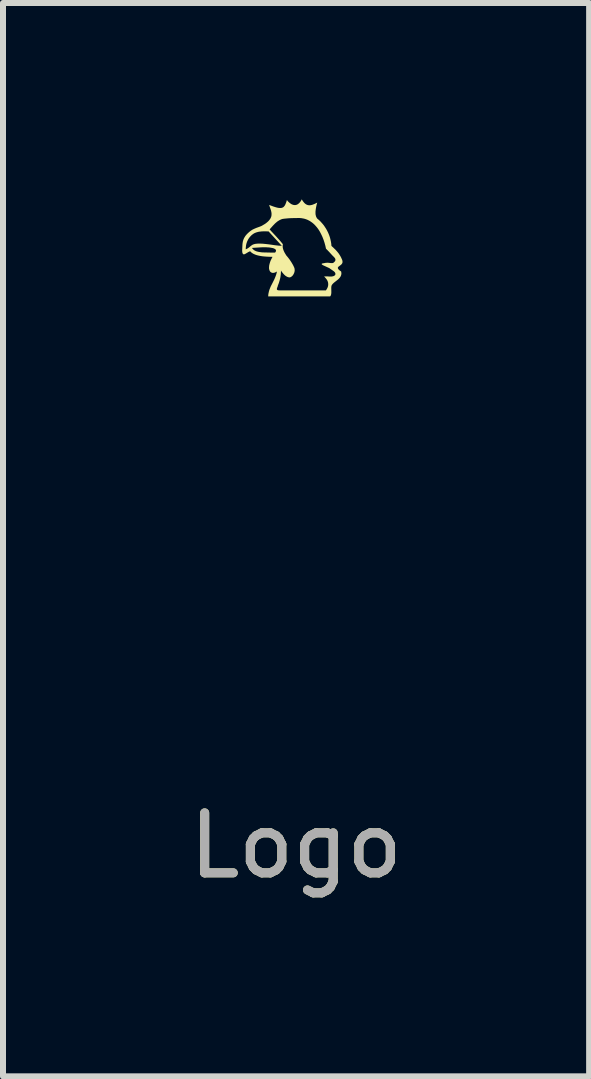
<source format=kicad_pcb>
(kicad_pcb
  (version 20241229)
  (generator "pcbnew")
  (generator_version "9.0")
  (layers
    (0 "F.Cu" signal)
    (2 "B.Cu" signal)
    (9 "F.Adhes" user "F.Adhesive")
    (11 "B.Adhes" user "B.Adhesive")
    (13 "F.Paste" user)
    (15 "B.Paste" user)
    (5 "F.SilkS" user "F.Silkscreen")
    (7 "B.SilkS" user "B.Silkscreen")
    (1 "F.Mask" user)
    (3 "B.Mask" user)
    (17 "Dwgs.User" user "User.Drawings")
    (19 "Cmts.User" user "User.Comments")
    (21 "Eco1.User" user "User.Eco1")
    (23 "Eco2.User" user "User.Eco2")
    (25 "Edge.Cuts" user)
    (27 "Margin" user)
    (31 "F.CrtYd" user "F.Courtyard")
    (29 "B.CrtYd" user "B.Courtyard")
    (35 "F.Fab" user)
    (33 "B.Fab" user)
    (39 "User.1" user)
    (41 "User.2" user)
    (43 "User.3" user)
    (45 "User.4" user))
  (footprint "Logo"
    (layer "F.Cu")
    (at 1.887 1.15)
    (property "Reference" "Logo" (at 0 9.9 0) (unlocked yes) (layer "F.SilkS") (effects (font (size 1 1) (thickness 0.15))))
    (attr smd)
    (fp_poly (pts (xy -0.513 -0.072) (xy -0.491 -0.071) (xy -0.468 -0.069) (xy -0.445 -0.066) (xy -0.422 -0.063) (xy -0.401 -0.058) (xy -0.382 -0.053) (xy -0.373 -0.05) (xy -0.366 -0.046) (xy -0.359 -0.043) (xy -0.353 -0.039) (xy -0.349 -0.034) (xy -0.346 -0.03) (xy -0.344 -0.025) (xy -0.343 -0.019) (xy -0.344 -0.014) (xy -0.347 -0.008) (xy -0.351 -0.001) (xy -0.358 0.006) (xy -0.428 0.006) (xy -0.463 0.005) (xy -0.502 0.004) (xy -0.543 0.003) (xy -0.564 0.002) (xy -0.585 -0.000022) (xy -0.606 -0.003) (xy -0.626 -0.007) (xy -0.645 -0.012) (xy -0.664 -0.018) (xy -0.673 -0.022) (xy -0.681 -0.026) (xy -0.69 -0.031) (xy -0.698 -0.036) (xy -0.706 -0.041) (xy -0.713 -0.048) (xy -0.72 -0.054) (xy -0.727 -0.061) (xy -0.574 -0.07) (xy -0.565 -0.071) (xy -0.55 -0.072) (xy -0.533 -0.072)) (stroke (width 0) (type solid)) (fill yes) (layer "F.Mask"))
    (fp_poly (pts (xy -0.499 -0.336) (xy -0.464 -0.335) (xy -0.253 -0.107) (xy -0.278 -0.109) (xy -0.304 -0.111) (xy -0.329 -0.114) (xy -0.354 -0.118) (xy -0.452 -0.135) (xy -0.501 -0.142) (xy -0.526 -0.145) (xy -0.551 -0.147) (xy -0.576 -0.148) (xy -0.601 -0.148) (xy -0.626 -0.146) (xy -0.652 -0.143) (xy -0.662 -0.142) (xy -0.672 -0.141) (xy -0.682 -0.139) (xy -0.69 -0.137) (xy -0.699 -0.135) (xy -0.707 -0.132) (xy -0.714 -0.13) (xy -0.721 -0.127) (xy -0.728 -0.124) (xy -0.734 -0.121) (xy -0.74 -0.118) (xy -0.745 -0.115) (xy -0.75 -0.112) (xy -0.755 -0.109) (xy -0.765 -0.102) (xy -0.773 -0.095) (xy -0.781 -0.088) (xy -0.797 -0.074) (xy -0.805 -0.068) (xy -0.809 -0.065) (xy -0.814 -0.062) (xy -0.818 -0.059) (xy -0.823 -0.056) (xy -0.828 -0.054) (xy -0.833 -0.051) (xy -0.833 -0.067) (xy -0.831 -0.083) (xy -0.829 -0.098) (xy -0.827 -0.113) (xy -0.823 -0.129) (xy -0.819 -0.143) (xy -0.813 -0.158) (xy -0.808 -0.172) (xy -0.801 -0.186) (xy -0.794 -0.2) (xy -0.786 -0.213) (xy -0.777 -0.226) (xy -0.768 -0.238) (xy -0.758 -0.249) (xy -0.747 -0.26) (xy -0.736 -0.271) (xy -0.729 -0.277) (xy -0.722 -0.283) (xy -0.715 -0.289) (xy -0.707 -0.294) (xy -0.699 -0.299) (xy -0.692 -0.304) (xy -0.676 -0.312) (xy -0.659 -0.318) (xy -0.642 -0.323) (xy -0.625 -0.328) (xy -0.607 -0.331) (xy -0.589 -0.333) (xy -0.571 -0.335) (xy -0.553 -0.335) (xy -0.535 -0.336)) (stroke (width 0) (type solid)) (fill yes) (layer "F.Mask"))
    (fp_poly (pts (xy 0.035 -1.149) (xy 0.092 -1.144) (xy 0.148 -1.137) (xy 0.204 -1.128) (xy 0.259 -1.115) (xy 0.313 -1.1) (xy 0.366 -1.083) (xy 0.418 -1.063) (xy 0.47 -1.04) (xy 0.52 -1.015) (xy 0.569 -0.987) (xy 0.616 -0.957) (xy 0.662 -0.924) (xy 0.707 -0.89) (xy 0.75 -0.853) (xy 0.791 -0.813) (xy 0.831 -0.772) (xy 0.868 -0.729) (xy 0.903 -0.684) (xy 0.935 -0.638) (xy 0.965 -0.591) (xy 0.993 -0.542) (xy 1.018 -0.491) (xy 1.041 -0.44) (xy 1.061 -0.388) (xy 1.079 -0.335) (xy 1.094 -0.28) (xy 1.106 -0.226) (xy 1.116 -0.17) (xy 1.123 -0.114) (xy 1.127 -0.057) (xy 1.128 -0.000259) (xy 1.127 0.057) (xy 1.123 0.113) (xy 1.116 0.17) (xy 1.106 0.225) (xy 1.094 0.28) (xy 1.079 0.334) (xy 1.061 0.388) (xy 1.041 0.44) (xy 1.018 0.491) (xy 0.993 0.541) (xy 0.965 0.59) (xy 0.935 0.638) (xy 0.903 0.684) (xy 0.868 0.729) (xy 0.831 0.772) (xy 0.792 0.813) (xy 0.75 0.853) (xy 0.707 0.89) (xy 0.662 0.924) (xy 0.616 0.957) (xy 0.569 0.987) (xy 0.52 1.015) (xy 0.47 1.04) (xy 0.418 1.063) (xy 0.366 1.083) (xy 0.313 1.1) (xy 0.259 1.115) (xy 0.204 1.128) (xy 0.148 1.137) (xy 0.092 1.144) (xy 0.035 1.149) (xy -0.022 1.15) (xy -0.079 1.149) (xy -0.135 1.144) (xy -0.191 1.137) (xy -0.247 1.128) (xy -0.302 1.115) (xy -0.356 1.1) (xy -0.409 1.083) (xy -0.462 1.063) (xy -0.513 1.04) (xy -0.563 1.015) (xy -0.612 0.987) (xy -0.66 0.957) (xy -0.706 0.924) (xy -0.751 0.89) (xy -0.794 0.853) (xy -0.835 0.813) (xy -0.874 0.772) (xy -0.911 0.729) (xy -0.946 0.684) (xy -0.979 0.638) (xy -1.009 0.591) (xy -1.036 0.542) (xy -1.061 0.491) (xy -1.084 0.44) (xy -1.104 0.388) (xy -1.122 0.334) (xy -1.137 0.28) (xy -1.149 0.225) (xy -1.159 0.17) (xy -1.166 0.114) (xy -1.17 0.057) (xy -1.172 -0.000258) (xy -1.172 -0.000259) (xy -1.072 -0.000259) (xy -1.07 0.054) (xy -1.066 0.107) (xy -1.059 0.16) (xy -1.05 0.211) (xy -1.038 0.262) (xy -1.024 0.312) (xy -1.008 0.361) (xy -0.989 0.408) (xy -0.968 0.455) (xy -0.945 0.5) (xy -0.92 0.544) (xy -0.892 0.587) (xy -0.863 0.628) (xy -0.832 0.668) (xy -0.799 0.706) (xy -0.764 0.742) (xy -0.728 0.777) (xy -0.69 0.81) (xy -0.65 0.841) (xy -0.609 0.87) (xy -0.566 0.898) (xy -0.522 0.923) (xy -0.477 0.946) (xy -0.431 0.967) (xy -0.383 0.986) (xy -0.334 1.002) (xy -0.284 1.017) (xy -0.234 1.028) (xy -0.182 1.038) (xy -0.129 1.044) (xy -0.076 1.048) (xy -0.022 1.05) (xy 0.03 1.049) (xy 0.082 1.045) (xy 0.133 1.038) (xy 0.184 1.029) (xy 0.234 1.018) (xy 0.283 1.004) (xy 0.332 0.988) (xy 0.38 0.97) (xy 0.427 0.949) (xy 0.472 0.926) (xy 0.517 0.901) (xy 0.561 0.873) (xy 0.603 0.844) (xy 0.643 0.812) (xy 0.683 0.778) (xy 0.721 0.742) (xy 0.756 0.705) (xy 0.79 0.665) (xy 0.822 0.625) (xy 0.852 0.582) (xy 0.879 0.539) (xy 0.904 0.494) (xy 0.927 0.448) (xy 0.948 0.402) (xy 0.967 0.354) (xy 0.983 0.305) (xy 0.996 0.256) (xy 1.008 0.206) (xy 1.017 0.155) (xy 1.023 0.104) (xy 1.027 0.052) (xy 1.028 -0.000259) (xy 1.027 -0.054) (xy 1.023 -0.108) (xy 1.016 -0.16) (xy 1.007 -0.212) (xy 0.995 -0.263) (xy 0.981 -0.312) (xy 0.964 -0.361) (xy 0.945 -0.409) (xy 0.924 -0.455) (xy 0.901 -0.501) (xy 0.876 -0.545) (xy 0.849 -0.587) (xy 0.819 -0.628) (xy 0.788 -0.668) (xy 0.755 -0.706) (xy 0.72 -0.742) (xy 0.684 -0.777) (xy 0.646 -0.81) (xy 0.606 -0.841) (xy 0.565 -0.871) (xy 0.522 -0.898) (xy 0.478 -0.923) (xy 0.433 -0.946) (xy 0.387 -0.967) (xy 0.339 -0.986) (xy 0.29 -1.003) (xy 0.24 -1.017) (xy 0.19 -1.028) (xy 0.138 -1.038) (xy 0.085 -1.044) (xy 0.032 -1.048) (xy -0.022 -1.05) (xy -0.027 -1.05) (xy -0.031 -1.05) (xy -0.031 -1.05) (xy -0.085 -1.048) (xy -0.138 -1.043) (xy -0.19 -1.036) (xy -0.241 -1.027) (xy -0.292 -1.015) (xy -0.341 -1) (xy -0.39 -0.984) (xy -0.437 -0.965) (xy -0.483 -0.943) (xy -0.528 -0.92) (xy -0.571 -0.895) (xy -0.613 -0.867) (xy -0.654 -0.838) (xy -0.694 -0.807) (xy -0.731 -0.774) (xy -0.767 -0.739) (xy -0.802 -0.703) (xy -0.834 -0.665) (xy -0.865 -0.625) (xy -0.894 -0.584) (xy -0.921 -0.542) (xy -0.946 -0.498) (xy -0.969 -0.453) (xy -0.99 -0.406) (xy -1.008 -0.359) (xy -1.025 -0.311) (xy -1.039 -0.261) (xy -1.05 -0.21) (xy -1.06 -0.159) (xy -1.066 -0.107) (xy -1.07 -0.054) (xy -1.072 -0.000259) (xy -1.172 -0.000259) (xy -1.17 -0.059) (xy -1.166 -0.118) (xy -1.159 -0.175) (xy -1.148 -0.232) (xy -1.136 -0.288) (xy -1.12 -0.342) (xy -1.102 -0.396) (xy -1.081 -0.448) (xy -1.058 -0.499) (xy -1.033 -0.548) (xy -1.005 -0.596) (xy -0.975 -0.643) (xy -0.943 -0.688) (xy -0.909 -0.732) (xy -0.873 -0.773) (xy -0.835 -0.813) (xy -0.795 -0.851) (xy -0.753 -0.887) (xy -0.71 -0.922) (xy -0.665 -0.954) (xy -0.618 -0.984) (xy -0.57 -1.011) (xy -0.52 -1.037) (xy -0.469 -1.06) (xy -0.417 -1.08) (xy -0.364 -1.098) (xy -0.309 -1.114) (xy -0.254 -1.127) (xy -0.197 -1.137) (xy -0.14 -1.144) (xy -0.081 -1.149) (xy -0.022 -1.15) (xy -0.022 -1.15)) (stroke (width 0) (type solid)) (fill yes) (layer "F.Mask"))
    (fp_poly (pts (xy 0.065 -0.551) (xy 0.087 -0.549) (xy 0.109 -0.546) (xy 0.13 -0.541) (xy 0.151 -0.535) (xy 0.17 -0.528) (xy 0.19 -0.52) (xy 0.208 -0.511) (xy 0.226 -0.501) (xy 0.244 -0.49) (xy 0.261 -0.478) (xy 0.277 -0.464) (xy 0.293 -0.45) (xy 0.308 -0.435) (xy 0.336 -0.403) (xy 0.363 -0.367) (xy 0.387 -0.328) (xy 0.409 -0.287) (xy 0.429 -0.243) (xy 0.446 -0.198) (xy 0.462 -0.15) (xy 0.475 -0.101) (xy 0.487 -0.051) (xy 0.577 0.046) (xy 0.579 0.049) (xy 0.582 0.052) (xy 0.587 0.058) (xy 0.593 0.063) (xy 0.599 0.069) (xy 0.611 0.081) (xy 0.617 0.087) (xy 0.623 0.093) (xy 0.626 0.096) (xy 0.628 0.099) (xy 0.631 0.102) (xy 0.633 0.105) (xy 0.635 0.109) (xy 0.636 0.112) (xy 0.638 0.116) (xy 0.639 0.119) (xy 0.64 0.123) (xy 0.641 0.127) (xy 0.641 0.131) (xy 0.641 0.135) (xy 0.64 0.139) (xy 0.639 0.143) (xy 0.638 0.147) (xy 0.636 0.152) (xy 0.633 0.156) (xy 0.629 0.159) (xy 0.626 0.162) (xy 0.622 0.164) (xy 0.619 0.167) (xy 0.615 0.169) (xy 0.612 0.17) (xy 0.608 0.172) (xy 0.605 0.173) (xy 0.601 0.173) (xy 0.598 0.174) (xy 0.594 0.175) (xy 0.587 0.175) (xy 0.58 0.175) (xy 0.573 0.174) (xy 0.565 0.173) (xy 0.549 0.171) (xy 0.54 0.171) (xy 0.531 0.17) (xy 0.521 0.171) (xy 0.516 0.171) (xy 0.51 0.172) (xy 0.467 0.177) (xy 0.455 0.179) (xy 0.445 0.18) (xy 0.436 0.182) (xy 0.429 0.185) (xy 0.423 0.187) (xy 0.419 0.189) (xy 0.415 0.192) (xy 0.413 0.195) (xy 0.412 0.198) (xy 0.412 0.201) (xy 0.412 0.204) (xy 0.414 0.207) (xy 0.416 0.21) (xy 0.42 0.213) (xy 0.428 0.22) (xy 0.438 0.227) (xy 0.45 0.234) (xy 0.478 0.248) (xy 0.505 0.261) (xy 0.528 0.273) (xy 0.532 0.275) (xy 0.536 0.278) (xy 0.544 0.284) (xy 0.554 0.289) (xy 0.564 0.295) (xy 0.585 0.306) (xy 0.595 0.312) (xy 0.605 0.318) (xy 0.615 0.324) (xy 0.619 0.328) (xy 0.623 0.331) (xy 0.626 0.335) (xy 0.63 0.338) (xy 0.633 0.342) (xy 0.635 0.345) (xy 0.637 0.349) (xy 0.639 0.353) (xy 0.64 0.357) (xy 0.64 0.361) (xy 0.64 0.365) (xy 0.64 0.37) (xy 0.638 0.374) (xy 0.636 0.379) (xy 0.633 0.383) (xy 0.628 0.386) (xy 0.624 0.389) (xy 0.619 0.391) (xy 0.614 0.394) (xy 0.609 0.395) (xy 0.603 0.397) (xy 0.598 0.398) (xy 0.586 0.4) (xy 0.573 0.401) (xy 0.56 0.401) (xy 0.547 0.4) (xy 0.52 0.398) (xy 0.494 0.396) (xy 0.482 0.395) (xy 0.47 0.394) (xy 0.46 0.394) (xy 0.45 0.395) (xy 0.441 0.394) (xy 0.439 0.394) (xy 0.438 0.394) (xy 0.438 0.396) (xy 0.439 0.398) (xy 0.445 0.403) (xy 0.463 0.421) (xy 0.475 0.433) (xy 0.487 0.447) (xy 0.493 0.455) (xy 0.498 0.463) (xy 0.504 0.472) (xy 0.508 0.481) (xy 0.513 0.491) (xy 0.516 0.501) (xy 0.519 0.512) (xy 0.52 0.523) (xy 0.521 0.535) (xy 0.52 0.547) (xy 0.519 0.56) (xy 0.515 0.573) (xy 0.511 0.586) (xy 0.505 0.6) (xy 0.497 0.614) (xy 0.487 0.629) (xy -0.272 0.629) (xy -0.278 0.63) (xy -0.284 0.631) (xy -0.288 0.631) (xy -0.292 0.631) (xy -0.296 0.631) (xy -0.299 0.63) (xy -0.301 0.629) (xy -0.303 0.628) (xy -0.305 0.626) (xy -0.306 0.624) (xy -0.307 0.622) (xy -0.307 0.62) (xy -0.307 0.617) (xy -0.307 0.614) (xy -0.307 0.611) (xy -0.306 0.608) (xy -0.304 0.602) (xy -0.301 0.595) (xy -0.295 0.58) (xy -0.292 0.572) (xy -0.29 0.565) (xy -0.288 0.557) (xy -0.287 0.554) (xy -0.286 0.55) (xy -0.253 0.454) (xy -0.25 0.442) (xy -0.247 0.429) (xy -0.245 0.416) (xy -0.243 0.401) (xy -0.243 0.386) (xy -0.243 0.37) (xy -0.244 0.353) (xy -0.246 0.334) (xy -0.239 0.345) (xy -0.233 0.355) (xy -0.227 0.364) (xy -0.221 0.372) (xy -0.215 0.38) (xy -0.21 0.387) (xy -0.205 0.394) (xy -0.2 0.399) (xy -0.195 0.405) (xy -0.19 0.41) (xy -0.185 0.414) (xy -0.181 0.418) (xy -0.177 0.421) (xy -0.172 0.424) (xy -0.168 0.427) (xy -0.164 0.429) (xy -0.16 0.431) (xy -0.156 0.432) (xy -0.152 0.433) (xy -0.149 0.434) (xy -0.145 0.435) (xy -0.141 0.436) (xy -0.138 0.436) (xy -0.134 0.436) (xy -0.104 0.436) (xy -0.1 0.436) (xy -0.096 0.435) (xy -0.091 0.434) (xy -0.087 0.433) (xy -0.077 0.428) (xy -0.067 0.422) (xy -0.058 0.414) (xy -0.048 0.405) (xy -0.039 0.395) (xy -0.031 0.383) (xy -0.027 0.376) (xy -0.023 0.369) (xy -0.02 0.362) (xy -0.017 0.355) (xy -0.015 0.347) (xy -0.013 0.34) (xy -0.011 0.332) (xy -0.01 0.323) (xy -0.009 0.315) (xy -0.009 0.306) (xy -0.009 0.297) (xy -0.01 0.288) (xy -0.012 0.279) (xy -0.014 0.269) (xy -0.017 0.26) (xy -0.02 0.25) (xy -0.027 0.237) (xy -0.034 0.224) (xy -0.041 0.211) (xy -0.049 0.197) (xy -0.065 0.171) (xy -0.082 0.145) (xy -0.1 0.12) (xy -0.118 0.096) (xy -0.137 0.073) (xy -0.155 0.051) (xy -0.163 0.04) (xy -0.17 0.028) (xy -0.176 0.017) (xy -0.182 0.006) (xy -0.188 -0.006) (xy -0.193 -0.017) (xy -0.197 -0.028) (xy -0.201 -0.04) (xy -0.204 -0.051) (xy -0.206 -0.063) (xy -0.208 -0.074) (xy -0.209 -0.086) (xy -0.209 -0.097) (xy -0.209 -0.109) (xy -0.207 -0.12) (xy -0.205 -0.132) (xy -0.218 -0.148) (xy -0.231 -0.163) (xy -0.258 -0.194) (xy -0.286 -0.225) (xy -0.314 -0.255) (xy -0.37 -0.314) (xy -0.38 -0.325) (xy -0.229 -0.325) (xy -0.229 -0.32) (xy -0.228 -0.308) (xy -0.227 -0.298) (xy -0.226 -0.293) (xy -0.225 -0.289) (xy -0.223 -0.284) (xy -0.222 -0.28) (xy -0.22 -0.276) (xy -0.218 -0.273) (xy -0.216 -0.269) (xy -0.214 -0.265) (xy -0.211 -0.262) (xy -0.209 -0.259) (xy -0.206 -0.256) (xy -0.203 -0.253) (xy -0.2 -0.25) (xy -0.196 -0.248) (xy -0.188 -0.243) (xy -0.18 -0.238) (xy -0.17 -0.234) (xy -0.16 -0.23) (xy -0.148 -0.226) (xy -0.136 -0.222) (xy -0.122 -0.218) (xy -0.115 -0.216) (xy -0.108 -0.214) (xy -0.102 -0.213) (xy -0.096 -0.212) (xy -0.091 -0.212) (xy -0.085 -0.212) (xy -0.08 -0.212) (xy -0.076 -0.213) (xy -0.072 -0.214) (xy -0.067 -0.216) (xy -0.064 -0.218) (xy -0.06 -0.22) (xy -0.057 -0.222) (xy -0.054 -0.225) (xy -0.051 -0.228) (xy -0.048 -0.232) (xy -0.046 -0.235) (xy -0.043 -0.239) (xy -0.039 -0.248) (xy -0.035 -0.258) (xy -0.032 -0.268) (xy -0.029 -0.28) (xy -0.026 -0.292) (xy -0.02 -0.319) (xy -0.021 -0.333) (xy -0.023 -0.347) (xy -0.026 -0.36) (xy -0.029 -0.372) (xy -0.031 -0.378) (xy -0.033 -0.384) (xy -0.035 -0.389) (xy -0.037 -0.395) (xy -0.039 -0.4) (xy -0.042 -0.404) (xy -0.045 -0.409) (xy -0.047 -0.413) (xy -0.05 -0.418) (xy -0.054 -0.421) (xy -0.057 -0.425) (xy -0.061 -0.428) (xy -0.065 -0.432) (xy -0.069 -0.434) (xy -0.073 -0.437) (xy -0.077 -0.439) (xy -0.082 -0.442) (xy -0.087 -0.443) (xy -0.092 -0.445) (xy -0.097 -0.446) (xy -0.103 -0.447) (xy -0.108 -0.448) (xy -0.114 -0.448) (xy -0.121 -0.448) (xy -0.121 -0.448) (xy -0.126 -0.448) (xy -0.131 -0.447) (xy -0.136 -0.446) (xy -0.141 -0.445) (xy -0.146 -0.443) (xy -0.151 -0.441) (xy -0.156 -0.438) (xy -0.161 -0.435) (xy -0.166 -0.432) (xy -0.171 -0.429) (xy -0.176 -0.425) (xy -0.18 -0.422) (xy -0.189 -0.413) (xy -0.197 -0.404) (xy -0.204 -0.394) (xy -0.211 -0.384) (xy -0.217 -0.373) (xy -0.222 -0.363) (xy -0.224 -0.357) (xy -0.225 -0.352) (xy -0.227 -0.346) (xy -0.228 -0.341) (xy -0.229 -0.335) (xy -0.229 -0.33) (xy -0.229 -0.325) (xy -0.38 -0.325) (xy -0.398 -0.344) (xy -0.426 -0.375) (xy -0.379 -0.427) (xy -0.367 -0.439) (xy -0.356 -0.451) (xy -0.344 -0.463) (xy -0.332 -0.474) (xy -0.319 -0.484) (xy -0.306 -0.494) (xy -0.293 -0.503) (xy -0.279 -0.511) (xy -0.264 -0.519) (xy -0.249 -0.526) (xy -0.232 -0.532) (xy -0.224 -0.535) (xy -0.215 -0.537) (xy -0.186 -0.541) (xy -0.154 -0.544) (xy -0.121 -0.547) (xy -0.087 -0.549) (xy -0.053 -0.55) (xy -0.019 -0.551) (xy 0.013 -0.552) (xy 0.042 -0.552)) (stroke (width 0) (type solid)) (fill yes) (layer "F.Mask"))
    (fp_poly (pts (xy 0.107 -0.856) (xy 0.119 -0.839) (xy 0.131 -0.824) (xy 0.137 -0.817) (xy 0.143 -0.811) (xy 0.15 -0.805) (xy 0.156 -0.8) (xy 0.163 -0.795) (xy 0.169 -0.791) (xy 0.176 -0.788) (xy 0.183 -0.785) (xy 0.19 -0.782) (xy 0.197 -0.78) (xy 0.205 -0.778) (xy 0.212 -0.778) (xy 0.22 -0.777) (xy 0.229 -0.777) (xy 0.237 -0.778) (xy 0.246 -0.779) (xy 0.255 -0.781) (xy 0.264 -0.783) (xy 0.274 -0.786) (xy 0.284 -0.79) (xy 0.305 -0.798) (xy 0.328 -0.809) (xy 0.353 -0.822) (xy 0.345 -0.794) (xy 0.339 -0.768) (xy 0.334 -0.743) (xy 0.33 -0.721) (xy 0.327 -0.7) (xy 0.325 -0.681) (xy 0.324 -0.672) (xy 0.324 -0.663) (xy 0.324 -0.655) (xy 0.324 -0.647) (xy 0.324 -0.64) (xy 0.325 -0.632) (xy 0.325 -0.625) (xy 0.326 -0.619) (xy 0.328 -0.612) (xy 0.329 -0.606) (xy 0.331 -0.6) (xy 0.332 -0.595) (xy 0.334 -0.589) (xy 0.336 -0.584) (xy 0.339 -0.579) (xy 0.341 -0.574) (xy 0.346 -0.565) (xy 0.352 -0.556) (xy 0.377 -0.535) (xy 0.401 -0.513) (xy 0.423 -0.489) (xy 0.444 -0.465) (xy 0.465 -0.439) (xy 0.483 -0.412) (xy 0.501 -0.384) (xy 0.517 -0.355) (xy 0.532 -0.325) (xy 0.545 -0.295) (xy 0.557 -0.264) (xy 0.567 -0.232) (xy 0.575 -0.199) (xy 0.582 -0.166) (xy 0.587 -0.133) (xy 0.59 -0.099) (xy 0.622 -0.07) (xy 0.636 -0.056) (xy 0.65 -0.043) (xy 0.663 -0.03) (xy 0.675 -0.016) (xy 0.687 -0.003) (xy 0.697 0.01) (xy 0.708 0.023) (xy 0.717 0.037) (xy 0.726 0.05) (xy 0.735 0.065) (xy 0.743 0.079) (xy 0.751 0.094) (xy 0.758 0.11) (xy 0.766 0.127) (xy 0.77 0.138) (xy 0.773 0.149) (xy 0.774 0.159) (xy 0.775 0.168) (xy 0.774 0.176) (xy 0.772 0.184) (xy 0.769 0.191) (xy 0.765 0.197) (xy 0.761 0.203) (xy 0.756 0.209) (xy 0.75 0.214) (xy 0.745 0.219) (xy 0.722 0.236) (xy 0.711 0.244) (xy 0.707 0.248) (xy 0.703 0.252) (xy 0.7 0.256) (xy 0.698 0.26) (xy 0.697 0.265) (xy 0.697 0.27) (xy 0.698 0.276) (xy 0.701 0.281) (xy 0.705 0.288) (xy 0.71 0.294) (xy 0.718 0.302) (xy 0.727 0.31) (xy 0.739 0.318) (xy 0.752 0.328) (xy 0.754 0.339) (xy 0.755 0.35) (xy 0.756 0.361) (xy 0.755 0.371) (xy 0.753 0.381) (xy 0.751 0.39) (xy 0.747 0.399) (xy 0.744 0.407) (xy 0.739 0.415) (xy 0.734 0.423) (xy 0.728 0.431) (xy 0.722 0.438) (xy 0.715 0.445) (xy 0.709 0.452) (xy 0.694 0.465) (xy 0.633 0.513) (xy 0.62 0.525) (xy 0.614 0.531) (xy 0.608 0.537) (xy 0.603 0.544) (xy 0.599 0.55) (xy 0.595 0.557) (xy 0.591 0.564) (xy 0.589 0.574) (xy 0.588 0.585) (xy 0.587 0.596) (xy 0.587 0.608) (xy 0.588 0.657) (xy 0.588 0.67) (xy 0.588 0.682) (xy 0.587 0.694) (xy 0.585 0.705) (xy 0.584 0.71) (xy 0.583 0.716) (xy 0.581 0.721) (xy 0.579 0.726) (xy 0.577 0.731) (xy 0.574 0.735) (xy 0.571 0.739) (xy 0.568 0.743) (xy -0.465 0.743) (xy -0.464 0.728) (xy -0.463 0.713) (xy -0.461 0.698) (xy -0.458 0.684) (xy -0.455 0.67) (xy -0.452 0.657) (xy -0.444 0.63) (xy -0.434 0.605) (xy -0.424 0.58) (xy -0.412 0.556) (xy -0.4 0.533) (xy -0.376 0.485) (xy -0.364 0.461) (xy -0.353 0.436) (xy -0.343 0.411) (xy -0.333 0.384) (xy -0.325 0.356) (xy -0.322 0.342) (xy -0.319 0.327) (xy -0.33 0.334) (xy -0.34 0.339) (xy -0.35 0.343) (xy -0.359 0.347) (xy -0.369 0.349) (xy -0.378 0.35) (xy -0.386 0.35) (xy -0.395 0.35) (xy -0.402 0.348) (xy -0.41 0.345) (xy -0.416 0.342) (xy -0.423 0.337) (xy -0.429 0.332) (xy -0.434 0.326) (xy -0.438 0.319) (xy -0.442 0.311) (xy -0.445 0.302) (xy -0.448 0.293) (xy -0.45 0.282) (xy -0.451 0.271) (xy -0.451 0.26) (xy -0.45 0.247) (xy -0.449 0.234) (xy -0.447 0.22) (xy -0.443 0.205) (xy -0.439 0.189) (xy -0.434 0.173) (xy -0.428 0.156) (xy -0.421 0.139) (xy -0.412 0.121) (xy -0.403 0.102) (xy -0.392 0.083) (xy -0.436 0.082) (xy -0.485 0.08) (xy -0.511 0.078) (xy -0.537 0.076) (xy -0.564 0.073) (xy -0.59 0.069) (xy -0.617 0.064) (xy -0.642 0.058) (xy -0.667 0.051) (xy -0.69 0.042) (xy -0.701 0.037) (xy -0.712 0.032) (xy -0.722 0.026) (xy -0.732 0.02) (xy -0.741 0.013) (xy -0.75 0.006) (xy -0.758 -0.002) (xy -0.765 -0.01) (xy -0.771 -0.008) (xy -0.777 -0.006) (xy -0.783 -0.003) (xy -0.789 -0.00041) (xy -0.801 0.006) (xy -0.812 0.013) (xy -0.834 0.026) (xy -0.844 0.032) (xy -0.849 0.035) (xy -0.854 0.037) (xy -0.858 0.039) (xy -0.863 0.04) (xy -0.867 0.041) (xy -0.871 0.041) (xy -0.875 0.041) (xy -0.878 0.04) (xy -0.881 0.038) (xy -0.884 0.035) (xy -0.887 0.032) (xy -0.89 0.028) (xy -0.892 0.023) (xy -0.894 0.017) (xy -0.896 0.01) (xy -0.897 0.001) (xy -0.898 -0.008) (xy -0.899 -0.018) (xy -0.898 -0.042) (xy -0.839 -0.042) (xy -0.831 -0.046) (xy -0.824 -0.049) (xy -0.817 -0.053) (xy -0.81 -0.056) (xy -0.804 -0.06) (xy -0.798 -0.064) (xy -0.796 -0.066) (xy -0.735 -0.066) (xy -0.73 -0.058) (xy -0.724 -0.05) (xy -0.718 -0.044) (xy -0.711 -0.037) (xy -0.703 -0.031) (xy -0.696 -0.026) (xy -0.688 -0.021) (xy -0.679 -0.017) (xy -0.661 -0.009) (xy -0.642 -0.004) (xy -0.621 0.001) (xy -0.6 0.004) (xy -0.578 0.007) (xy -0.556 0.009) (xy -0.511 0.01) (xy -0.466 0.011) (xy -0.423 0.012) (xy -0.35 0.012) (xy -0.344 0.004) (xy -0.339 -0.004) (xy -0.336 -0.011) (xy -0.335 -0.018) (xy -0.335 -0.024) (xy -0.336 -0.03) (xy -0.339 -0.036) (xy -0.343 -0.041) (xy -0.348 -0.045) (xy -0.354 -0.049) (xy -0.361 -0.053) (xy -0.369 -0.057) (xy -0.387 -0.063) (xy -0.408 -0.067) (xy -0.43 -0.071) (xy -0.454 -0.074) (xy -0.477 -0.075) (xy -0.501 -0.077) (xy -0.543 -0.077) (xy -0.576 -0.076) (xy -0.735 -0.066) (xy -0.796 -0.066) (xy -0.788 -0.071) (xy -0.778 -0.079) (xy -0.77 -0.086) (xy -0.753 -0.1) (xy -0.744 -0.106) (xy -0.736 -0.112) (xy -0.731 -0.115) (xy -0.726 -0.118) (xy -0.721 -0.121) (xy -0.715 -0.123) (xy -0.709 -0.125) (xy -0.703 -0.128) (xy -0.696 -0.129) (xy -0.689 -0.131) (xy -0.682 -0.133) (xy -0.673 -0.134) (xy -0.665 -0.135) (xy -0.656 -0.136) (xy -0.631 -0.138) (xy -0.606 -0.138) (xy -0.581 -0.137) (xy -0.556 -0.136) (xy -0.504 -0.131) (xy -0.452 -0.125) (xy -0.346 -0.11) (xy -0.292 -0.104) (xy -0.265 -0.102) (xy -0.238 -0.101) (xy -0.458 -0.341) (xy -0.495 -0.342) (xy -0.533 -0.342) (xy -0.553 -0.342) (xy -0.572 -0.341) (xy -0.591 -0.339) (xy -0.61 -0.337) (xy -0.628 -0.334) (xy -0.647 -0.329) (xy -0.664 -0.324) (xy -0.682 -0.317) (xy -0.691 -0.313) (xy -0.699 -0.309) (xy -0.707 -0.304) (xy -0.715 -0.299) (xy -0.723 -0.293) (xy -0.731 -0.287) (xy -0.739 -0.281) (xy -0.746 -0.274) (xy -0.757 -0.263) (xy -0.768 -0.251) (xy -0.778 -0.239) (xy -0.787 -0.226) (xy -0.796 -0.213) (xy -0.803 -0.199) (xy -0.81 -0.185) (xy -0.817 -0.17) (xy -0.822 -0.155) (xy -0.827 -0.14) (xy -0.831 -0.124) (xy -0.834 -0.108) (xy -0.836 -0.092) (xy -0.838 -0.075) (xy -0.839 -0.059) (xy -0.839 -0.042) (xy -0.898 -0.042) (xy -0.895 -0.105) (xy -0.894 -0.125) (xy -0.892 -0.144) (xy -0.889 -0.163) (xy -0.885 -0.182) (xy -0.879 -0.2) (xy -0.876 -0.209) (xy -0.872 -0.218) (xy -0.868 -0.227) (xy -0.863 -0.236) (xy -0.858 -0.245) (xy -0.852 -0.254) (xy -0.846 -0.264) (xy -0.839 -0.273) (xy -0.831 -0.282) (xy -0.823 -0.292) (xy -0.814 -0.301) (xy -0.804 -0.311) (xy -0.793 -0.321) (xy -0.782 -0.331) (xy -0.767 -0.343) (xy -0.752 -0.354) (xy -0.737 -0.364) (xy -0.722 -0.373) (xy -0.717 -0.375) (xy -0.441 -0.375) (xy -0.413 -0.344) (xy -0.384 -0.313) (xy -0.328 -0.253) (xy -0.301 -0.223) (xy -0.273 -0.192) (xy -0.246 -0.16) (xy -0.22 -0.128) (xy -0.221 -0.122) (xy -0.222 -0.116) (xy -0.223 -0.104) (xy -0.223 -0.092) (xy -0.223 -0.08) (xy -0.221 -0.068) (xy -0.219 -0.056) (xy -0.215 -0.045) (xy -0.212 -0.033) (xy -0.207 -0.021) (xy -0.202 -0.009) (xy -0.196 0.003) (xy -0.19 0.015) (xy -0.183 0.027) (xy -0.176 0.038) (xy -0.169 0.05) (xy -0.162 0.061) (xy -0.142 0.084) (xy -0.124 0.107) (xy -0.105 0.132) (xy -0.088 0.158) (xy -0.079 0.171) (xy -0.071 0.185) (xy -0.063 0.198) (xy -0.055 0.212) (xy -0.048 0.225) (xy -0.041 0.239) (xy -0.035 0.253) (xy -0.029 0.266) (xy -0.027 0.274) (xy -0.025 0.281) (xy -0.024 0.289) (xy -0.024 0.296) (xy -0.023 0.303) (xy -0.023 0.311) (xy -0.024 0.318) (xy -0.025 0.325) (xy -0.026 0.332) (xy -0.028 0.339) (xy -0.03 0.345) (xy -0.032 0.352) (xy -0.035 0.358) (xy -0.038 0.364) (xy -0.041 0.37) (xy -0.044 0.376) (xy -0.048 0.382) (xy -0.051 0.387) (xy -0.055 0.392) (xy -0.059 0.397) (xy -0.063 0.401) (xy -0.067 0.405) (xy -0.072 0.409) (xy -0.076 0.412) (xy -0.08 0.415) (xy -0.085 0.418) (xy -0.089 0.42) (xy -0.094 0.422) (xy -0.098 0.424) (xy -0.102 0.425) (xy -0.106 0.425) (xy -0.11 0.426) (xy -0.118 0.425) (xy -0.127 0.423) (xy -0.135 0.421) (xy -0.144 0.418) (xy -0.152 0.414) (xy -0.161 0.409) (xy -0.17 0.403) (xy -0.179 0.397) (xy -0.188 0.389) (xy -0.197 0.381) (xy -0.206 0.371) (xy -0.215 0.361) (xy -0.224 0.35) (xy -0.234 0.338) (xy -0.243 0.325) (xy -0.252 0.311) (xy -0.252 0.328) (xy -0.253 0.343) (xy -0.254 0.359) (xy -0.255 0.375) (xy -0.257 0.39) (xy -0.259 0.406) (xy -0.261 0.421) (xy -0.264 0.437) (xy -0.268 0.452) (xy -0.272 0.468) (xy -0.276 0.483) (xy -0.281 0.499) (xy -0.286 0.516) (xy -0.292 0.532) (xy -0.305 0.566) (xy -0.306 0.573) (xy -0.308 0.58) (xy -0.313 0.593) (xy -0.316 0.599) (xy -0.318 0.606) (xy -0.319 0.612) (xy -0.32 0.614) (xy -0.32 0.617) (xy -0.32 0.62) (xy -0.32 0.622) (xy -0.32 0.625) (xy -0.319 0.627) (xy -0.318 0.629) (xy -0.317 0.631) (xy -0.315 0.633) (xy -0.313 0.635) (xy -0.31 0.636) (xy -0.308 0.638) (xy -0.304 0.639) (xy -0.3 0.64) (xy -0.296 0.641) (xy -0.291 0.641) (xy -0.286 0.641) (xy -0.28 0.642) (xy 0.498 0.642) (xy 0.508 0.627) (xy 0.517 0.612) (xy 0.524 0.598) (xy 0.529 0.585) (xy 0.533 0.571) (xy 0.535 0.559) (xy 0.536 0.547) (xy 0.536 0.535) (xy 0.535 0.524) (xy 0.534 0.513) (xy 0.531 0.503) (xy 0.528 0.493) (xy 0.524 0.484) (xy 0.52 0.475) (xy 0.515 0.467) (xy 0.51 0.459) (xy 0.5 0.446) (xy 0.49 0.434) (xy 0.475 0.417) (xy 0.471 0.412) (xy 0.47 0.41) (xy 0.47 0.409) (xy 0.472 0.408) (xy 0.475 0.408) (xy 0.484 0.41) (xy 0.494 0.409) (xy 0.504 0.409) (xy 0.515 0.409) (xy 0.526 0.409) (xy 0.549 0.411) (xy 0.56 0.411) (xy 0.572 0.411) (xy 0.583 0.411) (xy 0.594 0.411) (xy 0.605 0.409) (xy 0.61 0.408) (xy 0.616 0.407) (xy 0.621 0.405) (xy 0.625 0.404) (xy 0.63 0.402) (xy 0.635 0.399) (xy 0.639 0.397) (xy 0.643 0.393) (xy 0.648 0.39) (xy 0.651 0.386) (xy 0.653 0.382) (xy 0.655 0.377) (xy 0.656 0.372) (xy 0.656 0.368) (xy 0.656 0.363) (xy 0.655 0.359) (xy 0.654 0.355) (xy 0.652 0.351) (xy 0.65 0.347) (xy 0.648 0.343) (xy 0.645 0.339) (xy 0.642 0.335) (xy 0.634 0.328) (xy 0.626 0.321) (xy 0.554 0.271) (xy 0.45 0.223) (xy 0.44 0.217) (xy 0.436 0.214) (xy 0.433 0.212) (xy 0.43 0.209) (xy 0.428 0.207) (xy 0.427 0.204) (xy 0.427 0.202) (xy 0.428 0.2) (xy 0.43 0.198) (xy 0.432 0.196) (xy 0.436 0.194) (xy 0.441 0.193) (xy 0.448 0.191) (xy 0.455 0.19) (xy 0.464 0.189) (xy 0.472 0.187) (xy 0.48 0.186) (xy 0.487 0.184) (xy 0.494 0.183) (xy 0.498 0.183) (xy 0.502 0.182) (xy 0.507 0.182) (xy 0.512 0.182) (xy 0.518 0.181) (xy 0.524 0.181) (xy 0.531 0.181) (xy 0.538 0.182) (xy 0.582 0.187) (xy 0.59 0.187) (xy 0.593 0.187) (xy 0.597 0.188) (xy 0.6 0.188) (xy 0.603 0.187) (xy 0.605 0.187) (xy 0.608 0.187) (xy 0.611 0.186) (xy 0.613 0.186) (xy 0.616 0.185) (xy 0.618 0.184) (xy 0.62 0.182) (xy 0.623 0.181) (xy 0.625 0.179) (xy 0.628 0.178) (xy 0.63 0.176) (xy 0.633 0.173) (xy 0.635 0.171) (xy 0.638 0.168) (xy 0.644 0.162) (xy 0.651 0.154) (xy 0.653 0.15) (xy 0.654 0.145) (xy 0.655 0.141) (xy 0.656 0.137) (xy 0.656 0.132) (xy 0.656 0.129) (xy 0.656 0.125) (xy 0.655 0.121) (xy 0.654 0.117) (xy 0.652 0.114) (xy 0.651 0.11) (xy 0.649 0.107) (xy 0.647 0.103) (xy 0.644 0.1) (xy 0.639 0.094) (xy 0.634 0.088) (xy 0.628 0.082) (xy 0.616 0.07) (xy 0.61 0.064) (xy 0.604 0.058) (xy 0.598 0.052) (xy 0.596 0.049) (xy 0.593 0.046) (xy 0.549 -0.002) (xy 0.522 -0.03) (xy 0.499 -0.053) (xy 0.488 -0.104) (xy 0.474 -0.154) (xy 0.458 -0.203) (xy 0.44 -0.249) (xy 0.419 -0.294) (xy 0.397 -0.336) (xy 0.385 -0.356) (xy 0.372 -0.376) (xy 0.359 -0.394) (xy 0.345 -0.412) (xy 0.33 -0.429) (xy 0.315 -0.446) (xy 0.3 -0.461) (xy 0.284 -0.475) (xy 0.267 -0.489) (xy 0.249 -0.501) (xy 0.232 -0.513) (xy 0.213 -0.523) (xy 0.194 -0.533) (xy 0.174 -0.541) (xy 0.154 -0.548) (xy 0.133 -0.554) (xy 0.111 -0.558) (xy 0.089 -0.562) (xy 0.066 -0.564) (xy 0.043 -0.565) (xy 0.012 -0.564) (xy -0.021 -0.564) (xy -0.055 -0.563) (xy -0.09 -0.562) (xy -0.125 -0.56) (xy -0.159 -0.557) (xy -0.191 -0.554) (xy -0.221 -0.55) (xy -0.23 -0.548) (xy -0.239 -0.545) (xy -0.248 -0.542) (xy -0.256 -0.538) (xy -0.264 -0.535) (xy -0.272 -0.531) (xy -0.287 -0.522) (xy -0.302 -0.513) (xy -0.316 -0.503) (xy -0.329 -0.492) (xy -0.342 -0.481) (xy -0.355 -0.469) (xy -0.367 -0.456) (xy -0.38 -0.443) (xy -0.392 -0.43) (xy -0.441 -0.375) (xy -0.717 -0.375) (xy -0.707 -0.38) (xy -0.692 -0.387) (xy -0.678 -0.393) (xy -0.664 -0.399) (xy -0.609 -0.419) (xy -0.596 -0.424) (xy -0.583 -0.429) (xy -0.571 -0.435) (xy -0.559 -0.442) (xy -0.539 -0.454) (xy -0.52 -0.465) (xy -0.503 -0.477) (xy -0.488 -0.489) (xy -0.475 -0.5) (xy -0.463 -0.511) (xy -0.452 -0.523) (xy -0.443 -0.534) (xy -0.435 -0.545) (xy -0.428 -0.556) (xy -0.422 -0.567) (xy -0.418 -0.578) (xy -0.414 -0.588) (xy -0.411 -0.599) (xy -0.41 -0.61) (xy -0.409 -0.62) (xy -0.409 -0.631) (xy -0.409 -0.642) (xy -0.41 -0.652) (xy -0.412 -0.662) (xy -0.416 -0.683) (xy -0.422 -0.703) (xy -0.436 -0.743) (xy -0.443 -0.763) (xy -0.448 -0.783) (xy -0.407 -0.767) (xy -0.371 -0.754) (xy -0.354 -0.749) (xy -0.339 -0.744) (xy -0.324 -0.74) (xy -0.311 -0.737) (xy -0.298 -0.734) (xy -0.286 -0.733) (xy -0.275 -0.732) (xy -0.264 -0.731) (xy -0.255 -0.732) (xy -0.246 -0.733) (xy -0.238 -0.734) (xy -0.23 -0.737) (xy -0.223 -0.74) (xy -0.216 -0.743) (xy -0.21 -0.748) (xy -0.204 -0.753) (xy -0.199 -0.759) (xy -0.194 -0.765) (xy -0.189 -0.772) (xy -0.184 -0.78) (xy -0.18 -0.788) (xy -0.176 -0.797) (xy -0.168 -0.817) (xy -0.16 -0.839) (xy -0.153 -0.864) (xy -0.146 -0.856) (xy -0.139 -0.847) (xy -0.129 -0.836) (xy -0.117 -0.825) (xy -0.102 -0.813) (xy -0.086 -0.801) (xy -0.078 -0.796) (xy -0.069 -0.792) (xy -0.06 -0.788) (xy -0.05 -0.785) (xy -0.04 -0.782) (xy -0.03 -0.781) (xy -0.02 -0.78) (xy -0.01 -0.781) (xy 0.001 -0.783) (xy 0.011 -0.786) (xy 0.022 -0.791) (xy 0.033 -0.797) (xy 0.043 -0.806) (xy 0.054 -0.815) (xy 0.064 -0.827) (xy 0.075 -0.841) (xy 0.085 -0.857) (xy 0.095 -0.876)) (stroke (width 0) (type solid)) (fill yes) (layer "F.SilkS"))
    (fp_text user "${REFERENCE}" (at 0 9.9 0) (unlocked yes) (layer "F.Fab") (effects (font (size 1 1) (thickness 0.15)))))
  (gr_rect
    (start -3 -3)
    (end 6.774 14.898)
    (stroke (width 0.1) (type default))
    (fill no)
    (layer "Edge.Cuts")))
</source>
